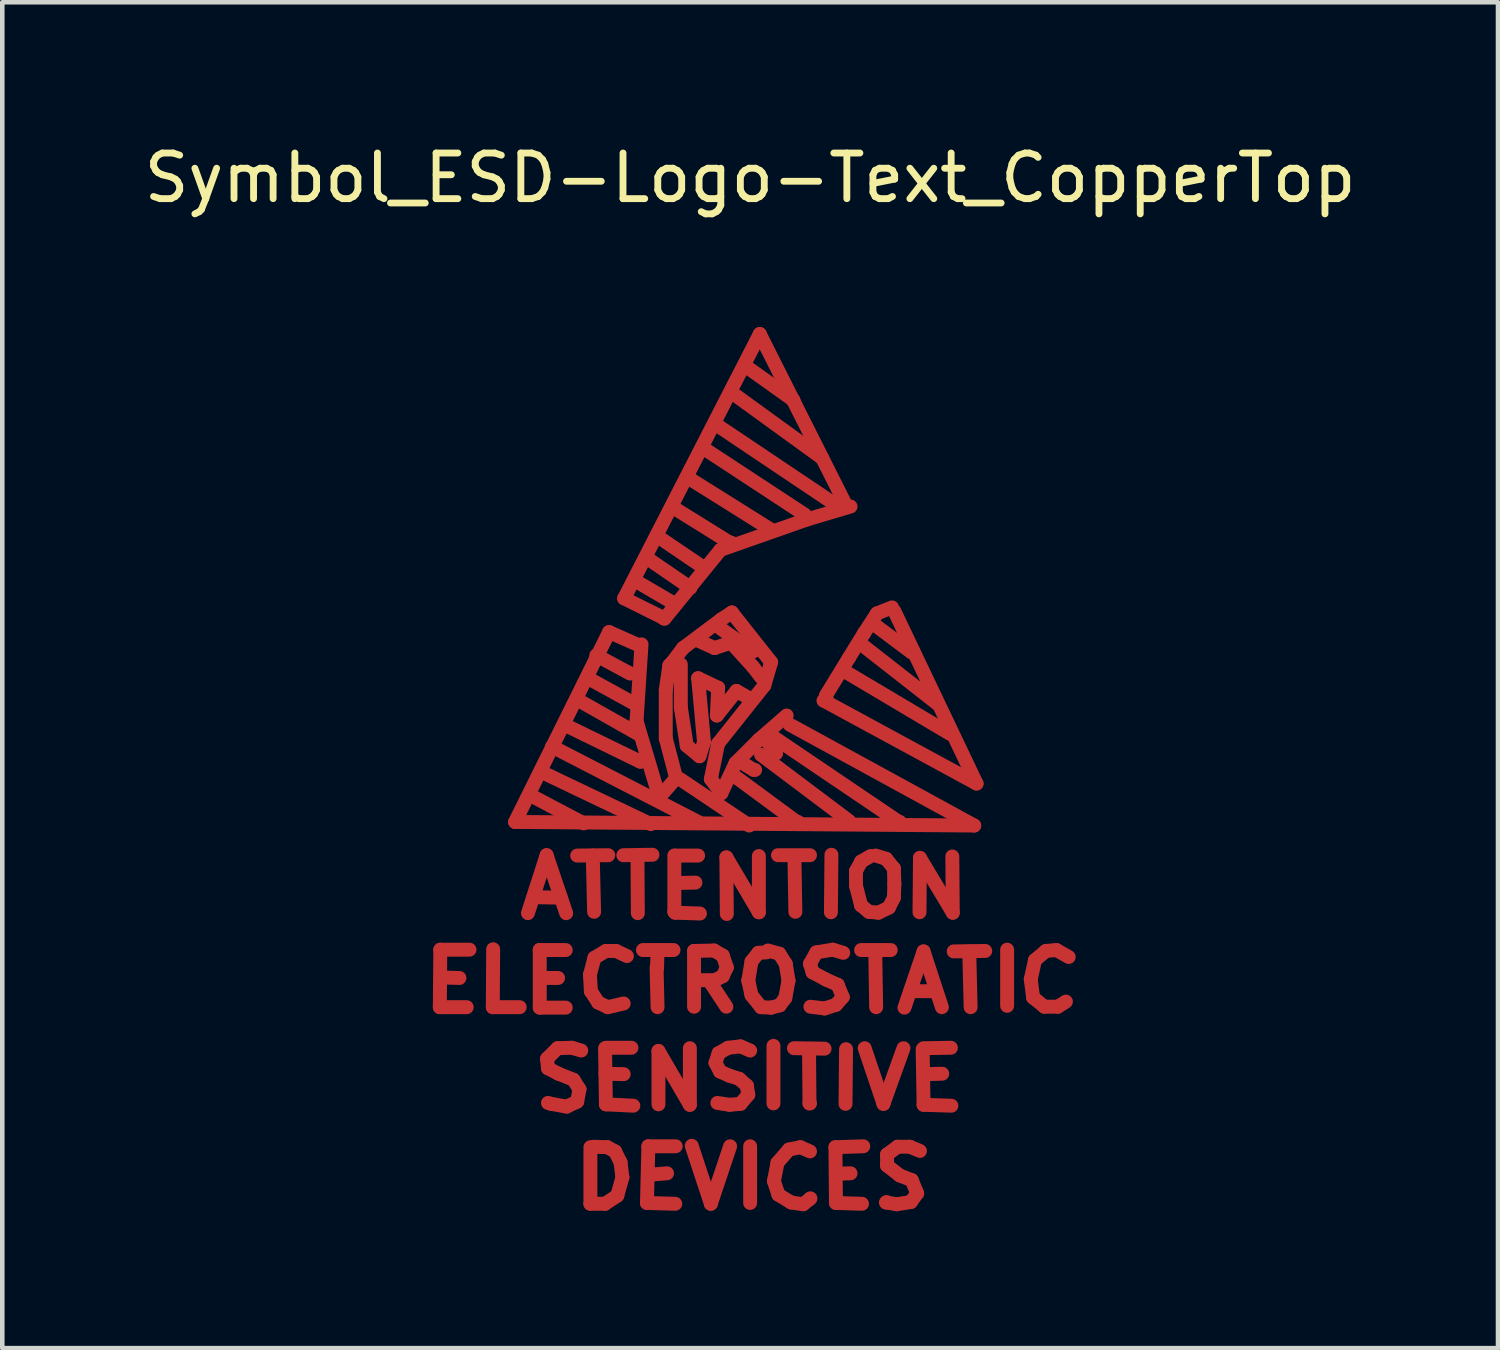
<source format=kicad_pcb>
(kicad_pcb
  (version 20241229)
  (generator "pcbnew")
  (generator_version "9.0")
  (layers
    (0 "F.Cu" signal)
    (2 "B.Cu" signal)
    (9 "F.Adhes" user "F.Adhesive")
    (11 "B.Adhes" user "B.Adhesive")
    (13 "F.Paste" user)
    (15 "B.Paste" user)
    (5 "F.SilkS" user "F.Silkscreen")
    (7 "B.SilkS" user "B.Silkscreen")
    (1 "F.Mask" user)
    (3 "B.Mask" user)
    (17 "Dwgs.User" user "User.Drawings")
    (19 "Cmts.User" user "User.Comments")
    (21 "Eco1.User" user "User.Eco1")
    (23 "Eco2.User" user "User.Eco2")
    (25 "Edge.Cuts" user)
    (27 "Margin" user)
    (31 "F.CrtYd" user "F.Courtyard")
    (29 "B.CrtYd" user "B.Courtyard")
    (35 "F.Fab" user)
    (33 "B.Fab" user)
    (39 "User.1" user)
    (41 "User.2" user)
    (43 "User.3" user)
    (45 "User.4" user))
  (footprint "Symbol_ESD-Logo-Text_CopperTop"
    (layer "F.Cu")
    (at 13.387 11.648)
    (property "Reference" "Symbol_ESD-Logo-Text_CopperTop" (at 0 -10.8 0) (layer "F.SilkS") (effects (font (size 1 1) (thickness 0.15))))
    (attr exclude_from_pos_files exclude_from_bom)
    (fp_line (start -6.8 7.371) (end -6.21 7.371) (stroke (width 0.305) (type solid)) (layer "F.Cu"))
    (fp_line (start -6.789 6.111) (end -6.8 7.371) (stroke (width 0.305) (type solid)) (layer "F.Cu"))
    (fp_line (start -6.37 6.731) (end -6.749 6.721) (stroke (width 0.305) (type solid)) (layer "F.Cu"))
    (fp_line (start -6.149 6.111) (end -6.789 6.111) (stroke (width 0.305) (type solid)) (layer "F.Cu"))
    (fp_line (start -5.639 7.371) (end -5.05 7.371) (stroke (width 0.305) (type solid)) (layer "F.Cu"))
    (fp_line (start -5.631 6.101) (end -5.639 7.371) (stroke (width 0.305) (type solid)) (layer "F.Cu"))
    (fp_line (start -5.151 3.312) (end 4.91 3.391) (stroke (width 0.305) (type solid)) (layer "F.Cu"))
    (fp_line (start -4.869 5.311) (end -4.46 4.041) (stroke (width 0.305) (type solid)) (layer "F.Cu"))
    (fp_line (start -4.77 2.751) (end -3.65 3.343) (stroke (width 0.305) (type solid)) (layer "F.Cu"))
    (fp_line (start -4.75 4.961) (end -4.15 4.971) (stroke (width 0.305) (type solid)) (layer "F.Cu"))
    (fp_line (start -4.61 6.119) (end -4.61 7.381) (stroke (width 0.305) (type solid)) (layer "F.Cu"))
    (fp_line (start -4.61 6.119) (end -4.041 6.119) (stroke (width 0.305) (type solid)) (layer "F.Cu"))
    (fp_line (start -4.61 7.381) (end -4.041 7.381) (stroke (width 0.305) (type solid)) (layer "F.Cu"))
    (fp_line (start -4.6 6.129) (end -4.61 6.119) (stroke (width 0.305) (type solid)) (layer "F.Cu"))
    (fp_line (start -4.559 2.223) (end -2.179 3.36) (stroke (width 0.305) (type solid)) (layer "F.Cu"))
    (fp_line (start -4.559 6.731) (end -4.209 6.731) (stroke (width 0.305) (type solid)) (layer "F.Cu"))
    (fp_line (start -4.46 4.041) (end -4.031 5.311) (stroke (width 0.305) (type solid)) (layer "F.Cu"))
    (fp_line (start -4.45 8.499) (end -4.43 8.71) (stroke (width 0.305) (type solid)) (layer "F.Cu"))
    (fp_line (start -4.43 8.71) (end -4.201 8.829) (stroke (width 0.305) (type solid)) (layer "F.Cu"))
    (fp_line (start -4.361 9.489) (end -4.43 9.469) (stroke (width 0.305) (type solid)) (layer "F.Cu"))
    (fp_line (start -4.341 1.661) (end -1.14 3.312) (stroke (width 0.305) (type solid)) (layer "F.Cu"))
    (fp_line (start -4.219 8.27) (end -4.45 8.499) (stroke (width 0.305) (type solid)) (layer "F.Cu"))
    (fp_line (start -4.201 8.829) (end -3.871 8.961) (stroke (width 0.305) (type solid)) (layer "F.Cu"))
    (fp_line (start -4.031 1.201) (end -2.41 1.991) (stroke (width 0.305) (type solid)) (layer "F.Cu"))
    (fp_line (start -4.021 9.55) (end -4.361 9.489) (stroke (width 0.305) (type solid)) (layer "F.Cu"))
    (fp_line (start -3.909 8.26) (end -4.219 8.27) (stroke (width 0.305) (type solid)) (layer "F.Cu"))
    (fp_line (start -3.871 8.961) (end -3.739 9.169) (stroke (width 0.305) (type solid)) (layer "F.Cu"))
    (fp_line (start -3.79 4.049) (end -3.109 4.041) (stroke (width 0.305) (type solid)) (layer "F.Cu"))
    (fp_line (start -3.79 9.441) (end -4.021 9.55) (stroke (width 0.305) (type solid)) (layer "F.Cu"))
    (fp_line (start -3.749 0.653) (end -2.461 1.382) (stroke (width 0.305) (type solid)) (layer "F.Cu"))
    (fp_line (start -3.739 9.169) (end -3.79 9.441) (stroke (width 0.305) (type solid)) (layer "F.Cu"))
    (fp_line (start -3.701 8.321) (end -3.909 8.26) (stroke (width 0.305) (type solid)) (layer "F.Cu"))
    (fp_line (start -3.551 0.163) (end -2.479 0.752) (stroke (width 0.305) (type solid)) (layer "F.Cu"))
    (fp_line (start -3.51 6.66) (end -3.49 7.021) (stroke (width 0.305) (type solid)) (layer "F.Cu"))
    (fp_line (start -3.5 10.439) (end -3.5 11.679) (stroke (width 0.305) (type solid)) (layer "F.Cu"))
    (fp_line (start -3.5 11.679) (end -3.18 11.679) (stroke (width 0.305) (type solid)) (layer "F.Cu"))
    (fp_line (start -3.49 7.021) (end -3.33 7.269) (stroke (width 0.305) (type solid)) (layer "F.Cu"))
    (fp_line (start -3.449 4.049) (end -3.419 5.281) (stroke (width 0.305) (type solid)) (layer "F.Cu"))
    (fp_line (start -3.411 6.289) (end -3.51 6.66) (stroke (width 0.305) (type solid)) (layer "F.Cu"))
    (fp_line (start -3.371 -0.338) (end -2.629 0.061) (stroke (width 0.305) (type solid)) (layer "F.Cu"))
    (fp_line (start -3.33 7.269) (end -3.119 7.371) (stroke (width 0.305) (type solid)) (layer "F.Cu"))
    (fp_line (start -3.18 11.679) (end -2.911 11.501) (stroke (width 0.305) (type solid)) (layer "F.Cu"))
    (fp_line (start -3.16 6.139) (end -3.411 6.289) (stroke (width 0.305) (type solid)) (layer "F.Cu"))
    (fp_line (start -3.16 9.5) (end -3.18 8.27) (stroke (width 0.305) (type solid)) (layer "F.Cu"))
    (fp_line (start -3.129 10.439) (end -3.429 10.429) (stroke (width 0.305) (type solid)) (layer "F.Cu"))
    (fp_line (start -3.119 7.371) (end -2.771 7.29) (stroke (width 0.305) (type solid)) (layer "F.Cu"))
    (fp_line (start -3.091 -0.848) (end -5.151 3.312) (stroke (width 0.305) (type solid)) (layer "F.Cu"))
    (fp_line (start -2.959 10.531) (end -3.129 10.439) (stroke (width 0.305) (type solid)) (layer "F.Cu"))
    (fp_line (start -2.939 6.139) (end -3.16 6.139) (stroke (width 0.305) (type solid)) (layer "F.Cu"))
    (fp_line (start -2.911 11.501) (end -2.799 11.1) (stroke (width 0.305) (type solid)) (layer "F.Cu"))
    (fp_line (start -2.84 10.77) (end -2.959 10.531) (stroke (width 0.305) (type solid)) (layer "F.Cu"))
    (fp_line (start -2.799 11.1) (end -2.84 10.77) (stroke (width 0.305) (type solid)) (layer "F.Cu"))
    (fp_line (start -2.779 4.041) (end -2.141 4.031) (stroke (width 0.305) (type solid)) (layer "F.Cu"))
    (fp_line (start -2.771 8.839) (end -3.17 8.829) (stroke (width 0.305) (type solid)) (layer "F.Cu"))
    (fp_line (start -2.761 -1.587) (end -1.9 -1.158) (stroke (width 0.305) (type solid)) (layer "F.Cu"))
    (fp_line (start -2.7 6.251) (end -2.939 6.139) (stroke (width 0.305) (type solid)) (layer "F.Cu"))
    (fp_line (start -2.601 8.26) (end -3.15 8.26) (stroke (width 0.305) (type solid)) (layer "F.Cu"))
    (fp_line (start -2.56 9.53) (end -3.16 9.5) (stroke (width 0.305) (type solid)) (layer "F.Cu"))
    (fp_line (start -2.51 -1.968) (end -1.689 -1.488) (stroke (width 0.305) (type solid)) (layer "F.Cu"))
    (fp_line (start -2.489 1.102) (end -1.991 2.771) (stroke (width 0.305) (type solid)) (layer "F.Cu"))
    (fp_line (start -2.461 -0.569) (end -3.091 -0.848) (stroke (width 0.305) (type solid)) (layer "F.Cu"))
    (fp_line (start -2.461 5.311) (end -2.469 4.059) (stroke (width 0.305) (type solid)) (layer "F.Cu"))
    (fp_line (start -2.41 1.991) (end -2.38 1.991) (stroke (width 0.305) (type solid)) (layer "F.Cu"))
    (fp_line (start -2.38 -0.579) (end -2.489 1.102) (stroke (width 0.305) (type solid)) (layer "F.Cu"))
    (fp_line (start -2.349 6.119) (end -1.679 6.119) (stroke (width 0.305) (type solid)) (layer "F.Cu"))
    (fp_line (start -2.261 11.661) (end -1.641 11.679) (stroke (width 0.305) (type solid)) (layer "F.Cu"))
    (fp_line (start -2.23 -2.449) (end -1.311 -1.819) (stroke (width 0.305) (type solid)) (layer "F.Cu"))
    (fp_line (start -2.23 10.419) (end -2.261 11.661) (stroke (width 0.305) (type solid)) (layer "F.Cu"))
    (fp_line (start -2.159 11.039) (end -2.159 11.021) (stroke (width 0.305) (type solid)) (layer "F.Cu"))
    (fp_line (start -2.05 -2.959) (end -1.031 -2.268) (stroke (width 0.305) (type solid)) (layer "F.Cu"))
    (fp_line (start -2.05 6.5) (end -2.029 7.371) (stroke (width 0.305) (type solid)) (layer "F.Cu"))
    (fp_line (start -2.04 6.52) (end -2.029 6.129) (stroke (width 0.305) (type solid)) (layer "F.Cu"))
    (fp_line (start -2.029 6.129) (end -2.009 6.129) (stroke (width 0.305) (type solid)) (layer "F.Cu"))
    (fp_line (start -2.009 8.331) (end -1.321 9.51) (stroke (width 0.305) (type solid)) (layer "F.Cu"))
    (fp_line (start -2.009 9.5) (end -2.009 8.331) (stroke (width 0.305) (type solid)) (layer "F.Cu"))
    (fp_line (start -1.991 2.771) (end -1.621 2.352) (stroke (width 0.305) (type solid)) (layer "F.Cu"))
    (fp_line (start -1.9 -1.158) (end -1.869 -1.158) (stroke (width 0.305) (type solid)) (layer "F.Cu"))
    (fp_line (start -1.849 0.422) (end -1.77 -0.119) (stroke (width 0.305) (type solid)) (layer "F.Cu"))
    (fp_line (start -1.849 1.481) (end -1.849 0.422) (stroke (width 0.305) (type solid)) (layer "F.Cu"))
    (fp_line (start -1.821 11.011) (end -2.159 11.039) (stroke (width 0.305) (type solid)) (layer "F.Cu"))
    (fp_line (start -1.77 -0.119) (end -1.72 -0.168) (stroke (width 0.305) (type solid)) (layer "F.Cu"))
    (fp_line (start -1.72 -3.599) (end -0.45 -2.809) (stroke (width 0.305) (type solid)) (layer "F.Cu"))
    (fp_line (start -1.72 -0.168) (end -1.471 -0.498) (stroke (width 0.305) (type solid)) (layer "F.Cu"))
    (fp_line (start -1.661 4.049) (end -1.661 5.281) (stroke (width 0.305) (type solid)) (layer "F.Cu"))
    (fp_line (start -1.661 5.281) (end -1.651 5.281) (stroke (width 0.305) (type solid)) (layer "F.Cu"))
    (fp_line (start -1.651 4.049) (end -1.14 4.049) (stroke (width 0.305) (type solid)) (layer "F.Cu"))
    (fp_line (start -1.641 5.301) (end -1.631 5.301) (stroke (width 0.305) (type solid)) (layer "F.Cu"))
    (fp_line (start -1.631 10.419) (end -2.23 10.419) (stroke (width 0.305) (type solid)) (layer "F.Cu"))
    (fp_line (start -1.621 2.352) (end -1.849 1.481) (stroke (width 0.305) (type solid)) (layer "F.Cu"))
    (fp_line (start -1.621 4.651) (end -1.6 4.651) (stroke (width 0.305) (type solid)) (layer "F.Cu"))
    (fp_line (start -1.539 2.372) (end -0.02 3.391) (stroke (width 0.305) (type solid)) (layer "F.Cu"))
    (fp_line (start -1.519 -0.14) (end -1.519 0.803) (stroke (width 0.305) (type solid)) (layer "F.Cu"))
    (fp_line (start -1.519 0.803) (end -1.389 1.641) (stroke (width 0.305) (type solid)) (layer "F.Cu"))
    (fp_line (start -1.471 -0.498) (end -0.63 -1.128) (stroke (width 0.305) (type solid)) (layer "F.Cu"))
    (fp_line (start -1.389 1.641) (end -1.11 1.872) (stroke (width 0.305) (type solid)) (layer "F.Cu"))
    (fp_line (start -1.359 -4.229) (end 0.46 -3.089) (stroke (width 0.305) (type solid)) (layer "F.Cu"))
    (fp_line (start -1.321 9.51) (end -1.321 8.27) (stroke (width 0.305) (type solid)) (layer "F.Cu"))
    (fp_line (start -1.311 -1.819) (end -1.311 -1.839) (stroke (width 0.305) (type solid)) (layer "F.Cu"))
    (fp_line (start -1.28 10.409) (end -0.861 11.679) (stroke (width 0.305) (type solid)) (layer "F.Cu"))
    (fp_line (start -1.229 6.139) (end -0.79 6.129) (stroke (width 0.305) (type solid)) (layer "F.Cu"))
    (fp_line (start -1.229 7.361) (end -1.229 6.139) (stroke (width 0.305) (type solid)) (layer "F.Cu"))
    (fp_line (start -1.199 4.641) (end -1.621 4.651) (stroke (width 0.305) (type solid)) (layer "F.Cu"))
    (fp_line (start -1.171 6.779) (end -1.161 6.779) (stroke (width 0.305) (type solid)) (layer "F.Cu"))
    (fp_line (start -1.14 0.163) (end -0.701 0.371) (stroke (width 0.305) (type solid)) (layer "F.Cu"))
    (fp_line (start -1.11 -0.648) (end -0.78 -0.498) (stroke (width 0.305) (type solid)) (layer "F.Cu"))
    (fp_line (start -1.11 1.872) (end -1.011 1.562) (stroke (width 0.305) (type solid)) (layer "F.Cu"))
    (fp_line (start -1.1 5.319) (end -1.641 5.301) (stroke (width 0.305) (type solid)) (layer "F.Cu"))
    (fp_line (start -1.011 -4.869) (end 1.199 -3.419) (stroke (width 0.305) (type solid)) (layer "F.Cu"))
    (fp_line (start -1.011 1.562) (end -1.14 0.163) (stroke (width 0.305) (type solid)) (layer "F.Cu"))
    (fp_line (start -0.879 6.82) (end -0.521 7.361) (stroke (width 0.305) (type solid)) (layer "F.Cu"))
    (fp_line (start -0.861 2.372) (end -0.63 2.682) (stroke (width 0.305) (type solid)) (layer "F.Cu"))
    (fp_line (start -0.861 11.679) (end -0.439 10.419) (stroke (width 0.305) (type solid)) (layer "F.Cu"))
    (fp_line (start -0.79 6.129) (end -0.599 6.241) (stroke (width 0.305) (type solid)) (layer "F.Cu"))
    (fp_line (start -0.78 -0.498) (end -0.419 -0.617) (stroke (width 0.305) (type solid)) (layer "F.Cu"))
    (fp_line (start -0.77 6.779) (end -1.171 6.779) (stroke (width 0.305) (type solid)) (layer "F.Cu"))
    (fp_line (start -0.759 8.59) (end -0.66 8.781) (stroke (width 0.305) (type solid)) (layer "F.Cu"))
    (fp_line (start -0.749 -5.397) (end 1.859 -3.647) (stroke (width 0.305) (type solid)) (layer "F.Cu"))
    (fp_line (start -0.729 0.98) (end -0.3 0.442) (stroke (width 0.305) (type solid)) (layer "F.Cu"))
    (fp_line (start -0.701 0.371) (end -0.729 0.98) (stroke (width 0.305) (type solid)) (layer "F.Cu"))
    (fp_line (start -0.701 1.593) (end -0.861 2.372) (stroke (width 0.305) (type solid)) (layer "F.Cu"))
    (fp_line (start -0.691 8.379) (end -0.759 8.59) (stroke (width 0.305) (type solid)) (layer "F.Cu"))
    (fp_line (start -0.66 8.781) (end -0.46 8.87) (stroke (width 0.305) (type solid)) (layer "F.Cu"))
    (fp_line (start -0.65 -2.649) (end -1.88 -1.138) (stroke (width 0.305) (type solid)) (layer "F.Cu"))
    (fp_line (start -0.65 -0.93) (end 0.061 -0.419) (stroke (width 0.305) (type solid)) (layer "F.Cu"))
    (fp_line (start -0.63 -1.128) (end -0.401 -1.278) (stroke (width 0.305) (type solid)) (layer "F.Cu"))
    (fp_line (start -0.63 2.682) (end -0.32 2.022) (stroke (width 0.305) (type solid)) (layer "F.Cu"))
    (fp_line (start -0.599 6.241) (end -0.511 6.5) (stroke (width 0.305) (type solid)) (layer "F.Cu"))
    (fp_line (start -0.599 6.69) (end -0.77 6.779) (stroke (width 0.305) (type solid)) (layer "F.Cu"))
    (fp_line (start -0.521 4.089) (end 0.191 5.291) (stroke (width 0.305) (type solid)) (layer "F.Cu"))
    (fp_line (start -0.511 5.329) (end -0.521 4.089) (stroke (width 0.305) (type solid)) (layer "F.Cu"))
    (fp_line (start -0.511 6.5) (end -0.599 6.69) (stroke (width 0.305) (type solid)) (layer "F.Cu"))
    (fp_line (start -0.48 8.26) (end -0.691 8.379) (stroke (width 0.305) (type solid)) (layer "F.Cu"))
    (fp_line (start -0.46 8.87) (end -0.239 8.941) (stroke (width 0.305) (type solid)) (layer "F.Cu"))
    (fp_line (start -0.45 -2.809) (end -0.419 -2.809) (stroke (width 0.305) (type solid)) (layer "F.Cu"))
    (fp_line (start -0.45 9.51) (end -0.719 9.469) (stroke (width 0.305) (type solid)) (layer "F.Cu"))
    (fp_line (start -0.419 -0.617) (end 0.061 -0.089) (stroke (width 0.305) (type solid)) (layer "F.Cu"))
    (fp_line (start -0.401 -1.278) (end 0.46 -0.188) (stroke (width 0.305) (type solid)) (layer "F.Cu"))
    (fp_line (start -0.351 -6.058) (end 1.58 -4.658) (stroke (width 0.305) (type solid)) (layer "F.Cu"))
    (fp_line (start -0.351 2.301) (end 1.021 3.312) (stroke (width 0.305) (type solid)) (layer "F.Cu"))
    (fp_line (start -0.32 2.022) (end 0.191 1.511) (stroke (width 0.305) (type solid)) (layer "F.Cu"))
    (fp_line (start -0.3 0.442) (end -0.071 0.572) (stroke (width 0.305) (type solid)) (layer "F.Cu"))
    (fp_line (start -0.239 8.941) (end -0.071 9.091) (stroke (width 0.305) (type solid)) (layer "F.Cu"))
    (fp_line (start -0.221 1.991) (end 0.079 2.172) (stroke (width 0.305) (type solid)) (layer "F.Cu"))
    (fp_line (start -0.211 8.23) (end -0.48 8.26) (stroke (width 0.305) (type solid)) (layer "F.Cu"))
    (fp_line (start -0.211 9.489) (end -0.45 9.51) (stroke (width 0.305) (type solid)) (layer "F.Cu"))
    (fp_line (start -0.089 -6.668) (end 0.95 -5.928) (stroke (width 0.305) (type solid)) (layer "F.Cu"))
    (fp_line (start -0.071 9.091) (end -0.041 9.289) (stroke (width 0.305) (type solid)) (layer "F.Cu"))
    (fp_line (start -0.041 6.789) (end 0.03 6.37) (stroke (width 0.305) (type solid)) (layer "F.Cu"))
    (fp_line (start -0.041 9.289) (end -0.211 9.489) (stroke (width 0.305) (type solid)) (layer "F.Cu"))
    (fp_line (start 0 8.321) (end -0.211 8.23) (stroke (width 0.305) (type solid)) (layer "F.Cu"))
    (fp_line (start 0 10.419) (end 0 11.661) (stroke (width 0.305) (type solid)) (layer "F.Cu"))
    (fp_line (start 0.03 6.37) (end 0.18 6.18) (stroke (width 0.305) (type solid)) (layer "F.Cu"))
    (fp_line (start 0.03 7.109) (end -0.041 6.789) (stroke (width 0.305) (type solid)) (layer "F.Cu"))
    (fp_line (start 0.061 -0.089) (end 0.239 0.142) (stroke (width 0.305) (type solid)) (layer "F.Cu"))
    (fp_line (start 0.079 2.172) (end 0.109 2.172) (stroke (width 0.305) (type solid)) (layer "F.Cu"))
    (fp_line (start 0.18 6.18) (end 0.361 6.17) (stroke (width 0.305) (type solid)) (layer "F.Cu"))
    (fp_line (start 0.191 1.511) (end 0.8 0.98) (stroke (width 0.305) (type solid)) (layer "F.Cu"))
    (fp_line (start 0.191 5.291) (end 0.191 4.059) (stroke (width 0.305) (type solid)) (layer "F.Cu"))
    (fp_line (start 0.211 -7.379) (end -2.761 -1.587) (stroke (width 0.305) (type solid)) (layer "F.Cu"))
    (fp_line (start 0.239 1.841) (end 2.169 3.292) (stroke (width 0.305) (type solid)) (layer "F.Cu"))
    (fp_line (start 0.239 7.371) (end 0.03 7.109) (stroke (width 0.305) (type solid)) (layer "F.Cu"))
    (fp_line (start 0.31 0.323) (end -0.701 1.593) (stroke (width 0.305) (type solid)) (layer "F.Cu"))
    (fp_line (start 0.31 1.46) (end 0.569 1.811) (stroke (width 0.305) (type solid)) (layer "F.Cu"))
    (fp_line (start 0.391 6.129) (end 0.64 6.2) (stroke (width 0.305) (type solid)) (layer "F.Cu"))
    (fp_line (start 0.46 -0.188) (end 0.31 0.323) (stroke (width 0.305) (type solid)) (layer "F.Cu"))
    (fp_line (start 0.46 7.381) (end 0.239 7.371) (stroke (width 0.305) (type solid)) (layer "F.Cu"))
    (fp_line (start 0.511 8.219) (end 0.511 9.479) (stroke (width 0.305) (type solid)) (layer "F.Cu"))
    (fp_line (start 0.521 1.46) (end 3.259 3.312) (stroke (width 0.305) (type solid)) (layer "F.Cu"))
    (fp_line (start 0.521 11.181) (end 0.62 11.481) (stroke (width 0.305) (type solid)) (layer "F.Cu"))
    (fp_line (start 0.599 10.78) (end 0.521 11.181) (stroke (width 0.305) (type solid)) (layer "F.Cu"))
    (fp_line (start 0.61 4.041) (end 1.311 4.041) (stroke (width 0.305) (type solid)) (layer "F.Cu"))
    (fp_line (start 0.62 11.481) (end 0.899 11.651) (stroke (width 0.305) (type solid)) (layer "F.Cu"))
    (fp_line (start 0.64 6.2) (end 0.78 6.421) (stroke (width 0.305) (type solid)) (layer "F.Cu"))
    (fp_line (start 0.65 7.33) (end 0.46 7.381) (stroke (width 0.305) (type solid)) (layer "F.Cu"))
    (fp_line (start 0.77 7.17) (end 0.65 7.33) (stroke (width 0.305) (type solid)) (layer "F.Cu"))
    (fp_line (start 0.78 6.421) (end 0.841 6.789) (stroke (width 0.305) (type solid)) (layer "F.Cu"))
    (fp_line (start 0.841 6.789) (end 0.77 7.17) (stroke (width 0.305) (type solid)) (layer "F.Cu"))
    (fp_line (start 0.851 10.49) (end 0.599 10.78) (stroke (width 0.305) (type solid)) (layer "F.Cu"))
    (fp_line (start 0.899 11.651) (end 1.161 11.689) (stroke (width 0.305) (type solid)) (layer "F.Cu"))
    (fp_line (start 0.96 8.27) (end 1.631 8.28) (stroke (width 0.305) (type solid)) (layer "F.Cu"))
    (fp_line (start 0.97 4.069) (end 0.991 5.281) (stroke (width 0.305) (type solid)) (layer "F.Cu"))
    (fp_line (start 1.021 3.312) (end 1.049 3.312) (stroke (width 0.305) (type solid)) (layer "F.Cu"))
    (fp_line (start 1.1 10.439) (end 0.851 10.49) (stroke (width 0.305) (type solid)) (layer "F.Cu"))
    (fp_line (start 1.161 11.689) (end 1.311 11.57) (stroke (width 0.305) (type solid)) (layer "F.Cu"))
    (fp_line (start 1.25 -3.317) (end -0.65 -2.649) (stroke (width 0.305) (type solid)) (layer "F.Cu"))
    (fp_line (start 1.29 8.291) (end 1.3 9.479) (stroke (width 0.305) (type solid)) (layer "F.Cu"))
    (fp_line (start 1.3 9.479) (end 1.311 9.479) (stroke (width 0.305) (type solid)) (layer "F.Cu"))
    (fp_line (start 1.311 6.421) (end 1.369 6.609) (stroke (width 0.305) (type solid)) (layer "F.Cu"))
    (fp_line (start 1.311 10.531) (end 1.1 10.439) (stroke (width 0.305) (type solid)) (layer "F.Cu"))
    (fp_line (start 1.311 11.57) (end 1.321 11.56) (stroke (width 0.305) (type solid)) (layer "F.Cu"))
    (fp_line (start 1.369 6.609) (end 1.669 6.769) (stroke (width 0.305) (type solid)) (layer "F.Cu"))
    (fp_line (start 1.45 6.17) (end 1.311 6.421) (stroke (width 0.305) (type solid)) (layer "F.Cu"))
    (fp_line (start 1.61 0.653) (end 1.679 0.622) (stroke (width 0.305) (type solid)) (layer "F.Cu"))
    (fp_line (start 1.631 7.399) (end 1.321 7.361) (stroke (width 0.305) (type solid)) (layer "F.Cu"))
    (fp_line (start 1.659 0.541) (end 2.169 -0.29) (stroke (width 0.305) (type solid)) (layer "F.Cu"))
    (fp_line (start 1.669 6.769) (end 1.92 6.881) (stroke (width 0.305) (type solid)) (layer "F.Cu"))
    (fp_line (start 1.781 4.031) (end 1.77 5.291) (stroke (width 0.305) (type solid)) (layer "F.Cu"))
    (fp_line (start 1.811 6.111) (end 1.45 6.17) (stroke (width 0.305) (type solid)) (layer "F.Cu"))
    (fp_line (start 1.869 10.439) (end 1.88 11.661) (stroke (width 0.305) (type solid)) (layer "F.Cu"))
    (fp_line (start 1.88 7.32) (end 1.631 7.399) (stroke (width 0.305) (type solid)) (layer "F.Cu"))
    (fp_line (start 1.88 11.661) (end 2.451 11.679) (stroke (width 0.305) (type solid)) (layer "F.Cu"))
    (fp_line (start 1.92 6.881) (end 2.029 7.15) (stroke (width 0.305) (type solid)) (layer "F.Cu"))
    (fp_line (start 2.029 7.15) (end 1.88 7.32) (stroke (width 0.305) (type solid)) (layer "F.Cu"))
    (fp_line (start 2.04 6.18) (end 1.811 6.111) (stroke (width 0.305) (type solid)) (layer "F.Cu"))
    (fp_line (start 2.09 -3.647) (end 0.211 -7.379) (stroke (width 0.305) (type solid)) (layer "F.Cu"))
    (fp_line (start 2.101 8.291) (end 2.09 9.489) (stroke (width 0.305) (type solid)) (layer "F.Cu"))
    (fp_line (start 2.121 0.041) (end 4.379 1.382) (stroke (width 0.305) (type solid)) (layer "F.Cu"))
    (fp_line (start 2.169 -0.29) (end 2.499 -0.828) (stroke (width 0.305) (type solid)) (layer "F.Cu"))
    (fp_line (start 2.2 -3.599) (end 1.25 -3.317) (stroke (width 0.305) (type solid)) (layer "F.Cu"))
    (fp_line (start 2.2 11.011) (end 1.89 11.021) (stroke (width 0.305) (type solid)) (layer "F.Cu"))
    (fp_line (start 2.319 4.389) (end 2.431 4.181) (stroke (width 0.305) (type solid)) (layer "F.Cu"))
    (fp_line (start 2.319 4.709) (end 2.319 4.389) (stroke (width 0.305) (type solid)) (layer "F.Cu"))
    (fp_line (start 2.431 4.181) (end 2.639 4.059) (stroke (width 0.305) (type solid)) (layer "F.Cu"))
    (fp_line (start 2.431 5.141) (end 2.319 4.709) (stroke (width 0.305) (type solid)) (layer "F.Cu"))
    (fp_line (start 2.431 6.119) (end 3.081 6.119) (stroke (width 0.305) (type solid)) (layer "F.Cu"))
    (fp_line (start 2.451 -0.569) (end 4.1 0.721) (stroke (width 0.305) (type solid)) (layer "F.Cu"))
    (fp_line (start 2.479 10.419) (end 1.869 10.439) (stroke (width 0.305) (type solid)) (layer "F.Cu"))
    (fp_line (start 2.499 -0.828) (end 2.779 -1.257) (stroke (width 0.305) (type solid)) (layer "F.Cu"))
    (fp_line (start 2.51 8.27) (end 2.921 9.489) (stroke (width 0.305) (type solid)) (layer "F.Cu"))
    (fp_line (start 2.601 5.281) (end 2.431 5.141) (stroke (width 0.305) (type solid)) (layer "F.Cu"))
    (fp_line (start 2.7 -1.029) (end 3.541 -0.399) (stroke (width 0.305) (type solid)) (layer "F.Cu"))
    (fp_line (start 2.741 6.129) (end 2.761 7.371) (stroke (width 0.305) (type solid)) (layer "F.Cu"))
    (fp_line (start 2.751 4.049) (end 2.979 4.12) (stroke (width 0.305) (type solid)) (layer "F.Cu"))
    (fp_line (start 2.779 -1.257) (end 3.109 -1.389) (stroke (width 0.305) (type solid)) (layer "F.Cu"))
    (fp_line (start 2.809 5.301) (end 2.601 5.281) (stroke (width 0.305) (type solid)) (layer "F.Cu"))
    (fp_line (start 2.921 9.489) (end 3.36 8.27) (stroke (width 0.305) (type solid)) (layer "F.Cu"))
    (fp_line (start 2.979 4.12) (end 3.15 4.331) (stroke (width 0.305) (type solid)) (layer "F.Cu"))
    (fp_line (start 2.979 11.651) (end 2.99 11.641) (stroke (width 0.305) (type solid)) (layer "F.Cu"))
    (fp_line (start 3 10.599) (end 3 10.841) (stroke (width 0.305) (type solid)) (layer "F.Cu"))
    (fp_line (start 3 10.841) (end 3.279 11.059) (stroke (width 0.305) (type solid)) (layer "F.Cu"))
    (fp_line (start 3.04 5.189) (end 2.809 5.301) (stroke (width 0.305) (type solid)) (layer "F.Cu"))
    (fp_line (start 3.15 4.331) (end 3.16 4.671) (stroke (width 0.305) (type solid)) (layer "F.Cu"))
    (fp_line (start 3.15 4.971) (end 3.04 5.189) (stroke (width 0.305) (type solid)) (layer "F.Cu"))
    (fp_line (start 3.16 -1.308) (end 4.961 2.471) (stroke (width 0.305) (type solid)) (layer "F.Cu"))
    (fp_line (start 3.16 4.671) (end 3.15 4.971) (stroke (width 0.305) (type solid)) (layer "F.Cu"))
    (fp_line (start 3.211 11.689) (end 2.979 11.651) (stroke (width 0.305) (type solid)) (layer "F.Cu"))
    (fp_line (start 3.231 10.429) (end 3 10.599) (stroke (width 0.305) (type solid)) (layer "F.Cu"))
    (fp_line (start 3.259 3.312) (end 3.279 3.312) (stroke (width 0.305) (type solid)) (layer "F.Cu"))
    (fp_line (start 3.279 11.059) (end 3.541 11.161) (stroke (width 0.305) (type solid)) (layer "F.Cu"))
    (fp_line (start 3.381 7.381) (end 3.8 6.149) (stroke (width 0.305) (type solid)) (layer "F.Cu"))
    (fp_line (start 3.5 10.429) (end 3.231 10.429) (stroke (width 0.305) (type solid)) (layer "F.Cu"))
    (fp_line (start 3.51 7.021) (end 4.041 7.021) (stroke (width 0.305) (type solid)) (layer "F.Cu"))
    (fp_line (start 3.52 11.641) (end 3.211 11.689) (stroke (width 0.305) (type solid)) (layer "F.Cu"))
    (fp_line (start 3.541 11.161) (end 3.66 11.45) (stroke (width 0.305) (type solid)) (layer "F.Cu"))
    (fp_line (start 3.66 11.45) (end 3.52 11.641) (stroke (width 0.305) (type solid)) (layer "F.Cu"))
    (fp_line (start 3.711 5.291) (end 3.721 4.1) (stroke (width 0.305) (type solid)) (layer "F.Cu"))
    (fp_line (start 3.721 4.1) (end 4.44 5.301) (stroke (width 0.305) (type solid)) (layer "F.Cu"))
    (fp_line (start 3.721 10.521) (end 3.5 10.429) (stroke (width 0.305) (type solid)) (layer "F.Cu"))
    (fp_line (start 3.8 6.149) (end 4.201 7.371) (stroke (width 0.305) (type solid)) (layer "F.Cu"))
    (fp_line (start 3.8 9.51) (end 3.78 8.291) (stroke (width 0.305) (type solid)) (layer "F.Cu"))
    (fp_line (start 4.209 8.829) (end 3.851 8.839) (stroke (width 0.305) (type solid)) (layer "F.Cu"))
    (fp_line (start 4.399 8.26) (end 3.8 8.27) (stroke (width 0.305) (type solid)) (layer "F.Cu"))
    (fp_line (start 4.409 9.53) (end 3.8 9.51) (stroke (width 0.305) (type solid)) (layer "F.Cu"))
    (fp_line (start 4.44 5.301) (end 4.43 4.069) (stroke (width 0.305) (type solid)) (layer "F.Cu"))
    (fp_line (start 4.46 6.149) (end 5.151 6.139) (stroke (width 0.305) (type solid)) (layer "F.Cu"))
    (fp_line (start 4.801 6.149) (end 4.831 7.371) (stroke (width 0.305) (type solid)) (layer "F.Cu"))
    (fp_line (start 4.91 3.391) (end 0.869 1.181) (stroke (width 0.305) (type solid)) (layer "F.Cu"))
    (fp_line (start 4.961 2.471) (end 1.61 0.653) (stroke (width 0.305) (type solid)) (layer "F.Cu"))
    (fp_line (start 5.631 6.111) (end 5.631 7.341) (stroke (width 0.305) (type solid)) (layer "F.Cu"))
    (fp_line (start 6.149 6.759) (end 6.2 7.16) (stroke (width 0.305) (type solid)) (layer "F.Cu"))
    (fp_line (start 6.2 7.16) (end 6.449 7.361) (stroke (width 0.305) (type solid)) (layer "F.Cu"))
    (fp_line (start 6.241 6.34) (end 6.149 6.759) (stroke (width 0.305) (type solid)) (layer "F.Cu"))
    (fp_line (start 6.449 7.361) (end 6.741 7.361) (stroke (width 0.305) (type solid)) (layer "F.Cu"))
    (fp_line (start 6.48 6.139) (end 6.241 6.34) (stroke (width 0.305) (type solid)) (layer "F.Cu"))
    (fp_line (start 6.711 6.119) (end 6.48 6.139) (stroke (width 0.305) (type solid)) (layer "F.Cu"))
    (fp_line (start 6.741 7.361) (end 6.919 7.249) (stroke (width 0.305) (type solid)) (layer "F.Cu"))
    (fp_line (start 6.98 6.271) (end 6.711 6.119) (stroke (width 0.305) (type solid)) (layer "F.Cu")))
  (gr_rect
    (start -3 -3)
    (end 29.774 26.49)
    (stroke (width 0.1) (type default))
    (fill no)
    (layer "Edge.Cuts")))
</source>
